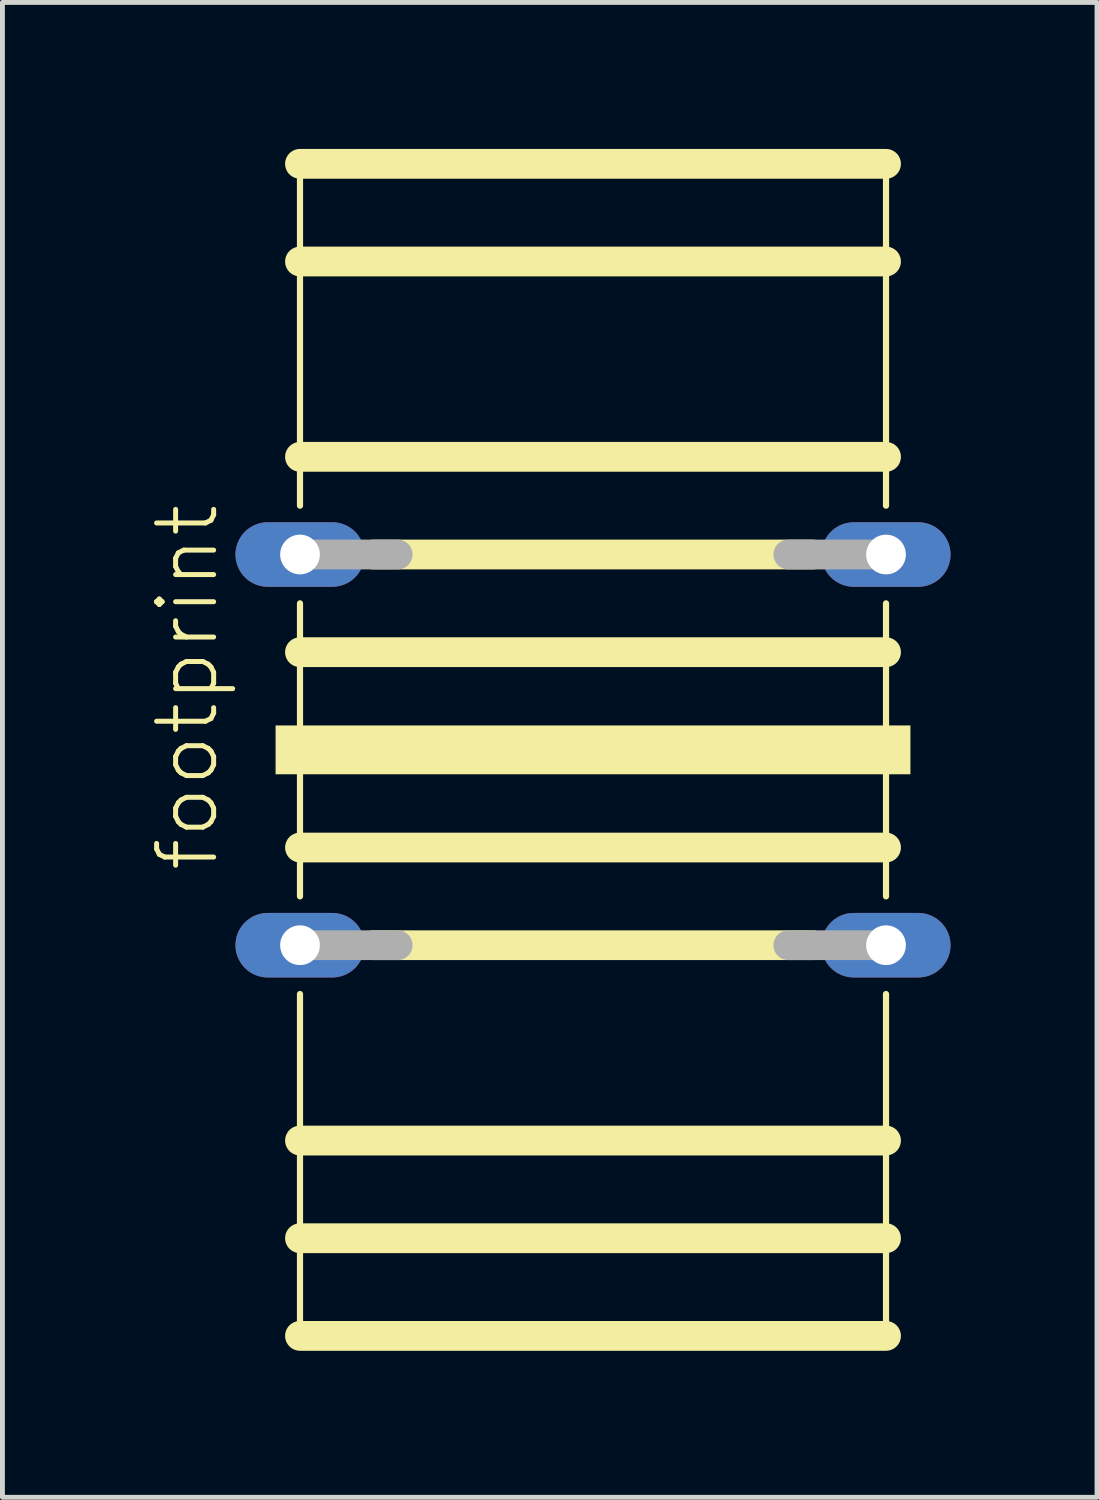
<source format=kicad_pcb>
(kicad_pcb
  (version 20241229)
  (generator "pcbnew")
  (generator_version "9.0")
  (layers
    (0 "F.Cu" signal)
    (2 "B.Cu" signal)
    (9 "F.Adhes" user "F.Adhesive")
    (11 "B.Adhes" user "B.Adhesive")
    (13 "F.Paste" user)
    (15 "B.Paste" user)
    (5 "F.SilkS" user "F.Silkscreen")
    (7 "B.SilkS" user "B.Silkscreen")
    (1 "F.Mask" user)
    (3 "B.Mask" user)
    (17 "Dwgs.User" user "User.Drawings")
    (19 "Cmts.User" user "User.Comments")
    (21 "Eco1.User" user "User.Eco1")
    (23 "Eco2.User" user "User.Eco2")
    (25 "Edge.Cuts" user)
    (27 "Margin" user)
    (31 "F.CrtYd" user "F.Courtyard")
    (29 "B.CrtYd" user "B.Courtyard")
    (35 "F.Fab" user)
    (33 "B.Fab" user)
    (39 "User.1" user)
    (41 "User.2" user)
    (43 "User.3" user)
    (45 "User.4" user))
  (footprint "footprint"
    (layer "F.Cu")
    (at 9.093 12.305)
    (property "Reference" "footprint" (at -7.62 2.54 90) (layer "F.SilkS") (effects (font (size 1.168 1.168) (thickness 0.102)) (justify left bottom)))
    (fp_line (start -6 -12) (end 6 -12) (stroke (width 0.61) (type solid)) (layer "F.SilkS"))
    (fp_line (start -6 -10) (end -6 -12) (stroke (width 0.127) (type solid)) (layer "F.SilkS"))
    (fp_line (start -6 -10) (end 6 -10) (stroke (width 0.61) (type solid)) (layer "F.SilkS"))
    (fp_line (start -6 -6) (end -6 -10) (stroke (width 0.127) (type solid)) (layer "F.SilkS"))
    (fp_line (start -6 -6) (end 6 -6) (stroke (width 0.61) (type solid)) (layer "F.SilkS"))
    (fp_line (start -6 -5) (end -6 -6) (stroke (width 0.127) (type solid)) (layer "F.SilkS"))
    (fp_line (start -6 -2) (end -6 -3) (stroke (width 0.127) (type solid)) (layer "F.SilkS"))
    (fp_line (start -6 -2) (end 6 -2) (stroke (width 0.61) (type solid)) (layer "F.SilkS"))
    (fp_line (start -6 2) (end -6 -2) (stroke (width 0.127) (type solid)) (layer "F.SilkS"))
    (fp_line (start -6 2) (end 6 2) (stroke (width 0.61) (type solid)) (layer "F.SilkS"))
    (fp_line (start -6 3) (end -6 2) (stroke (width 0.127) (type solid)) (layer "F.SilkS"))
    (fp_line (start -6 8) (end -6 5) (stroke (width 0.127) (type solid)) (layer "F.SilkS"))
    (fp_line (start -6 10) (end -6 8) (stroke (width 0.127) (type solid)) (layer "F.SilkS"))
    (fp_line (start -6 10) (end 6 10) (stroke (width 0.61) (type solid)) (layer "F.SilkS"))
    (fp_line (start -6 12) (end -6 10) (stroke (width 0.127) (type solid)) (layer "F.SilkS"))
    (fp_line (start -4.5 -4) (end 4.5 -4) (stroke (width 0.61) (type solid)) (layer "F.SilkS"))
    (fp_line (start -4.5 4) (end 4.5 4) (stroke (width 0.61) (type solid)) (layer "F.SilkS"))
    (fp_line (start 6 -12) (end 6 -10) (stroke (width 0.127) (type solid)) (layer "F.SilkS"))
    (fp_line (start 6 -10) (end 6 -6) (stroke (width 0.127) (type solid)) (layer "F.SilkS"))
    (fp_line (start 6 -6) (end 6 -5) (stroke (width 0.127) (type solid)) (layer "F.SilkS"))
    (fp_line (start 6 -3) (end 6 -2) (stroke (width 0.127) (type solid)) (layer "F.SilkS"))
    (fp_line (start 6 -2) (end 6 2) (stroke (width 0.127) (type solid)) (layer "F.SilkS"))
    (fp_line (start 6 2) (end 6 3) (stroke (width 0.127) (type solid)) (layer "F.SilkS"))
    (fp_line (start 6 5) (end 6 8) (stroke (width 0.127) (type solid)) (layer "F.SilkS"))
    (fp_line (start 6 8) (end -6 8) (stroke (width 0.61) (type solid)) (layer "F.SilkS"))
    (fp_line (start 6 8) (end 6 10) (stroke (width 0.127) (type solid)) (layer "F.SilkS"))
    (fp_line (start 6 10) (end 6 12) (stroke (width 0.127) (type solid)) (layer "F.SilkS"))
    (fp_line (start 6 12) (end -6 12) (stroke (width 0.61) (type solid)) (layer "F.SilkS"))
    (fp_poly (pts (xy -6.5 0.5) (xy 6.5 0.5) (xy 6.5 -0.5) (xy -6.5 -0.5)) (stroke (width 0) (type solid)) (fill yes) (layer "F.SilkS"))
    (fp_line (start -6 -4) (end -4 -4) (stroke (width 0.61) (type solid)) (layer "F.Fab"))
    (fp_line (start -6 4) (end -4 4) (stroke (width 0.61) (type solid)) (layer "F.Fab"))
    (fp_line (start 4 -4) (end 6 -4) (stroke (width 0.61) (type solid)) (layer "F.Fab"))
    (fp_line (start 6 4) (end 4 4) (stroke (width 0.61) (type solid)) (layer "F.Fab"))
    (pad "1" thru_hole oval (at -6 4) (size 2.642 1.321) (drill 0.813) (layers "*.Cu" "*.Mask"))
    (pad "2" thru_hole oval (at 6 4) (size 2.642 1.321) (drill 0.813) (layers "*.Cu" "*.Mask"))
    (pad "3" thru_hole oval (at -6 -4) (size 2.642 1.321) (drill 0.813) (layers "*.Cu" "*.Mask"))
    (pad "4" thru_hole oval (at 6 -4) (size 2.642 1.321) (drill 0.813) (layers "*.Cu" "*.Mask")))
  (gr_rect
    (start -3 -3)
    (end 19.414 27.61)
    (stroke (width 0.1) (type default))
    (fill no)
    (layer "Edge.Cuts")))
</source>
